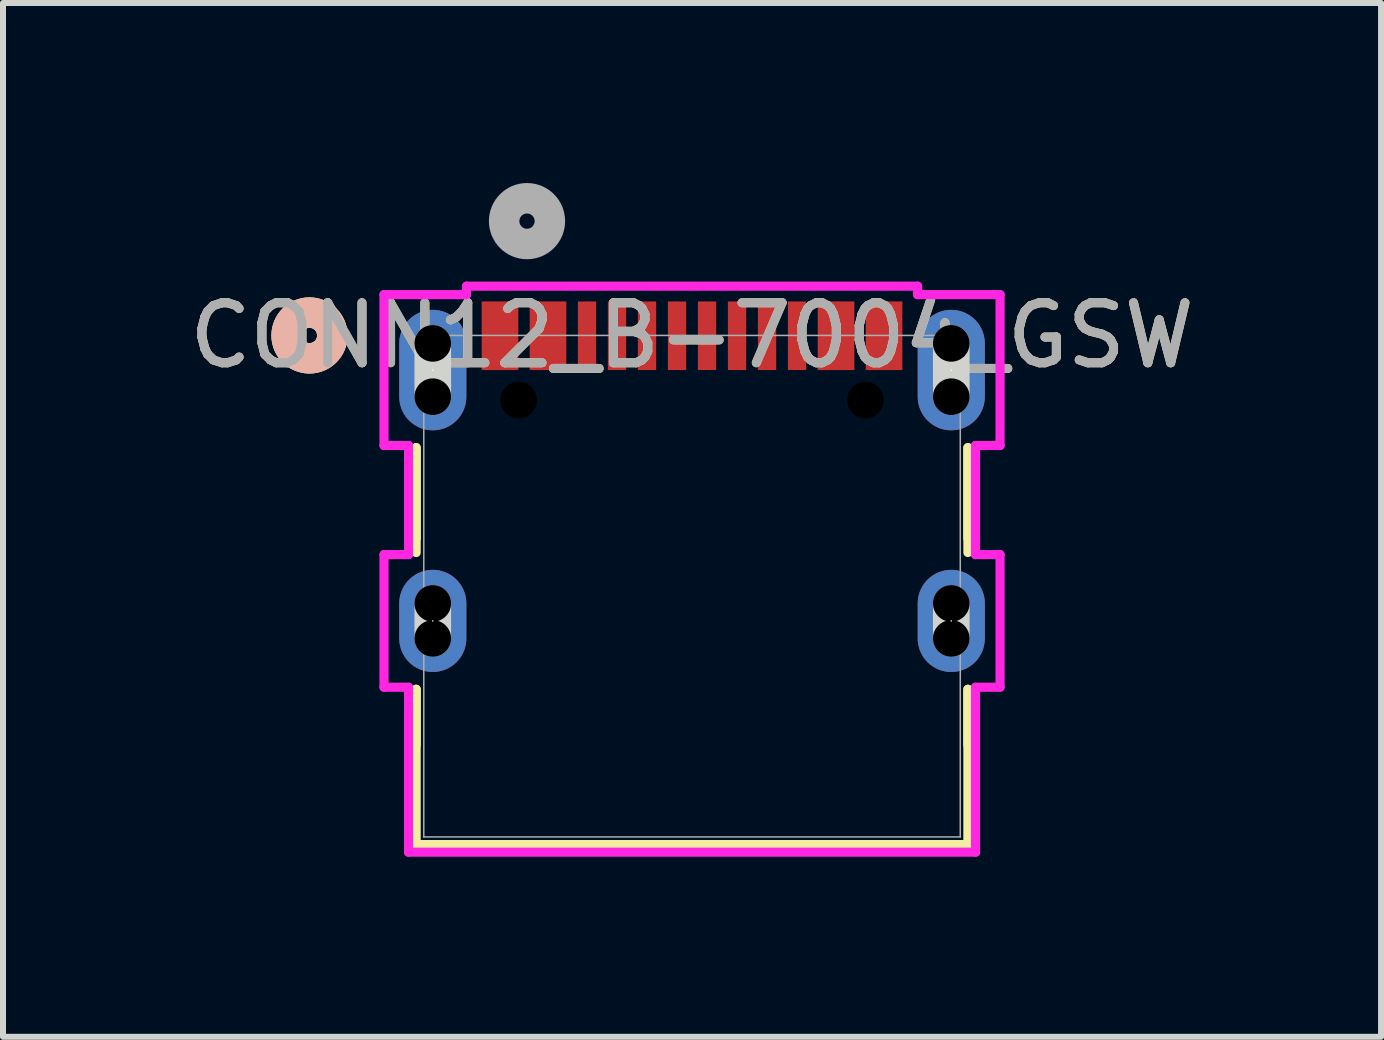
<source format=kicad_pcb>
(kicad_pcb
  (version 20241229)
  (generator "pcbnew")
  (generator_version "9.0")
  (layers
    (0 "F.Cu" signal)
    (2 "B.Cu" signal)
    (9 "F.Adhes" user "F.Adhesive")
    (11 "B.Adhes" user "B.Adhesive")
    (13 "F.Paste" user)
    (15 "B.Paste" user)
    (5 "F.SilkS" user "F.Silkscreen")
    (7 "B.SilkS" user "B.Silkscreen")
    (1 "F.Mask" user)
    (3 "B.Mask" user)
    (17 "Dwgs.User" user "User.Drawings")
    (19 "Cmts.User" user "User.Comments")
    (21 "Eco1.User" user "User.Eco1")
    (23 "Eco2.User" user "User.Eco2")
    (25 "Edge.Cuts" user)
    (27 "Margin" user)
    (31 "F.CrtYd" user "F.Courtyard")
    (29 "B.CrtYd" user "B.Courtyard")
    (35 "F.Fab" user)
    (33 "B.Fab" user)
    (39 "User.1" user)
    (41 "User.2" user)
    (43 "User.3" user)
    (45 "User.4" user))
  (footprint "CONN12_B-7004_GSW"
    (layer "F.Cu")
    (at 5.732 2.54)
    (property "Reference" "CONN12_B-7004_GSW" (at 2.75 0 0) (unlocked yes) (layer "F.SilkS") (effects (font (size 1 1) (thickness 0.15))))
    (attr smd)
    (fp_poly (pts (xy -0.755 -0.567) (xy -0.145 -0.567) (xy -0.145 0.577) (xy -0.755 0.577)) (stroke (width 0) (type solid)) (fill yes) (layer "F.Cu"))
    (fp_poly (pts (xy 0.045 -0.567) (xy 0.655 -0.567) (xy 0.655 0.577) (xy 0.045 0.577)) (stroke (width 0) (type solid)) (fill yes) (layer "F.Cu"))
    (fp_poly (pts (xy 4.845 0.577) (xy 4.845 -0.567) (xy 5.455 -0.567) (xy 5.455 0.577)) (stroke (width 0) (type solid)) (fill yes) (layer "F.Cu"))
    (fp_poly (pts (xy 5.645 -0.567) (xy 6.255 -0.567) (xy 6.255 0.577) (xy 5.645 0.577)) (stroke (width 0) (type solid)) (fill yes) (layer "F.Cu"))
    (fp_line (start -1.847 1.869) (end -1.847 3.386) (stroke (width 0.152) (type solid)) (layer "F.SilkS"))
    (fp_line (start -1.847 3.618) (end -1.847 1.869) (stroke (width 0.152) (type solid)) (layer "F.SilkS"))
    (fp_line (start -1.847 5.896) (end -1.847 6.826) (stroke (width 0.152) (type solid)) (layer "F.SilkS"))
    (fp_line (start -1.847 8.484) (end -1.847 5.896) (stroke (width 0.152) (type solid)) (layer "F.SilkS"))
    (fp_line (start -1.847 8.484) (end 7.347 8.484) (stroke (width 0.152) (type solid)) (layer "F.SilkS"))
    (fp_line (start 7.347 1.869) (end 7.347 3.617) (stroke (width 0.152) (type solid)) (layer "F.SilkS"))
    (fp_line (start 7.347 5.897) (end 7.347 8.484) (stroke (width 0.152) (type solid)) (layer "F.SilkS"))
    (fp_line (start 7.347 3.386) (end 7.347 1.869) (stroke (width 0.152) (type solid)) (layer "F.SilkS"))
    (fp_line (start 7.347 6.826) (end 7.347 5.896) (stroke (width 0.152) (type solid)) (layer "F.SilkS"))
    (fp_line (start 7.347 8.484) (end -1.847 8.484) (stroke (width 0.152) (type solid)) (layer "F.SilkS"))
    (fp_circle (center -3.625 0) (end -3.244 0) (stroke (width 0.508) (type solid)) (fill no) (layer "F.SilkS"))
    (fp_circle (center -3.625 0) (end -3.244 0) (stroke (width 0.508) (type solid)) (fill no) (layer "B.SilkS"))
    (fp_line (start -1.57 1.021) (end -1.57 0.132) (stroke (width 0.61) (type solid)) (layer "Edge.Cuts"))
    (fp_line (start -1.57 5.049) (end -1.57 4.465) (stroke (width 0.61) (type solid)) (layer "Edge.Cuts"))
    (fp_line (start 7.07 5.049) (end 7.07 4.465) (stroke (width 0.61) (type solid)) (layer "Edge.Cuts"))
    (fp_line (start 7.07 1.021) (end 7.07 0.132) (stroke (width 0.61) (type solid)) (layer "Edge.Cuts"))
    (fp_line (start -2.383 -0.68) (end -2.383 1.834) (stroke (width 0.152) (type solid)) (layer "F.CrtYd"))
    (fp_line (start -2.383 1.834) (end -1.974 1.834) (stroke (width 0.152) (type solid)) (layer "F.CrtYd"))
    (fp_line (start -2.383 3.652) (end -2.383 5.862) (stroke (width 0.152) (type solid)) (layer "F.CrtYd"))
    (fp_line (start -2.383 5.862) (end -1.974 5.862) (stroke (width 0.152) (type solid)) (layer "F.CrtYd"))
    (fp_line (start -1.974 1.834) (end -1.974 3.652) (stroke (width 0.152) (type solid)) (layer "F.CrtYd"))
    (fp_line (start -1.974 3.652) (end -2.383 3.652) (stroke (width 0.152) (type solid)) (layer "F.CrtYd"))
    (fp_line (start -1.974 5.862) (end -1.974 8.611) (stroke (width 0.152) (type solid)) (layer "F.CrtYd"))
    (fp_line (start -1.974 8.611) (end 7.474 8.611) (stroke (width 0.152) (type solid)) (layer "F.CrtYd"))
    (fp_line (start -1.009 -0.821) (end -1.009 -0.68) (stroke (width 0.152) (type solid)) (layer "F.CrtYd"))
    (fp_line (start -1.009 -0.68) (end -2.383 -0.68) (stroke (width 0.152) (type solid)) (layer "F.CrtYd"))
    (fp_line (start 6.509 -0.821) (end -1.009 -0.821) (stroke (width 0.152) (type solid)) (layer "F.CrtYd"))
    (fp_line (start 6.509 -0.68) (end 6.509 -0.821) (stroke (width 0.152) (type solid)) (layer "F.CrtYd"))
    (fp_line (start 7.474 1.834) (end 7.883 1.834) (stroke (width 0.152) (type solid)) (layer "F.CrtYd"))
    (fp_line (start 7.474 3.652) (end 7.474 1.834) (stroke (width 0.152) (type solid)) (layer "F.CrtYd"))
    (fp_line (start 7.474 5.862) (end 7.883 5.862) (stroke (width 0.152) (type solid)) (layer "F.CrtYd"))
    (fp_line (start 7.474 8.611) (end 7.474 5.862) (stroke (width 0.152) (type solid)) (layer "F.CrtYd"))
    (fp_line (start 7.883 3.652) (end 7.474 3.652) (stroke (width 0.152) (type solid)) (layer "F.CrtYd"))
    (fp_line (start 7.883 5.862) (end 7.883 3.652) (stroke (width 0.152) (type solid)) (layer "F.CrtYd"))
    (fp_line (start 7.883 -0.68) (end 6.509 -0.68) (stroke (width 0.152) (type solid)) (layer "F.CrtYd"))
    (fp_line (start 7.883 1.834) (end 7.883 -0.68) (stroke (width 0.152) (type solid)) (layer "F.CrtYd"))
    (fp_line (start -1.72 0) (end -1.72 8.357) (stroke (width 0.025) (type solid)) (layer "F.Fab"))
    (fp_line (start -1.72 8.357) (end 7.22 8.357) (stroke (width 0.025) (type solid)) (layer "F.Fab"))
    (fp_line (start 7.22 0) (end -1.72 0) (stroke (width 0.025) (type solid)) (layer "F.Fab"))
    (fp_line (start 7.22 8.357) (end 7.22 0) (stroke (width 0.025) (type solid)) (layer "F.Fab"))
    (fp_circle (center 0 -1.905) (end 0.381 -1.905) (stroke (width 0.508) (type solid)) (fill no) (layer "F.Fab"))
    (fp_text user "${REFERENCE}" (at 2.75 0 0) (unlocked yes) (layer "F.Fab") (effects (font (size 1 1) (thickness 0.15))))
    (pad "" np_thru_hole circle (at -1.57 0.132) (size 0.61 0.61) (drill 0.61) (layers))
    (pad "" np_thru_hole circle (at -1.57 1.021) (size 0.61 0.61) (drill 0.61) (layers))
    (pad "" np_thru_hole circle (at -1.57 4.465) (size 0.61 0.61) (drill 0.61) (layers))
    (pad "" np_thru_hole circle (at -1.57 5.049) (size 0.61 0.61) (drill 0.61) (layers))
    (pad "" np_thru_hole circle (at -0.14 1.077) (size 0.61 0.61) (drill 0.61) (layers))
    (pad "" np_thru_hole circle (at 5.64 1.077) (size 0.61 0.61) (drill 0.61) (layers))
    (pad "" np_thru_hole circle (at 7.07 4.465) (size 0.61 0.61) (drill 0.61) (layers))
    (pad "" np_thru_hole circle (at 7.07 5.049) (size 0.61 0.61) (drill 0.61) (layers))
    (pad "" np_thru_hole circle (at 7.07 0.132) (size 0.61 0.61) (drill 0.61) (layers))
    (pad "" np_thru_hole circle (at 7.07 1.021) (size 0.61 0.61) (drill 0.61) (layers))
    (pad "1" smd circle (at -0.628 0.005) (size 0.127 0.127) (layers "F.Cu" "F.Mask" "F.Paste"))
    (pad "2" smd circle (at 0.172 0.005) (size 0.127 0.127) (layers "F.Cu" "F.Mask" "F.Paste"))
    (pad "3" smd rect (at 1.5 0.005) (size 0.305 1.143) (layers "F.Cu" "F.Mask" "F.Paste"))
    (pad "4" smd rect (at 2.5 0.005) (size 0.305 1.143) (layers "F.Cu" "F.Mask" "F.Paste"))
    (pad "5" smd rect (at 3 0.005) (size 0.305 1.143) (layers "F.Cu" "F.Mask" "F.Paste"))
    (pad "6" smd rect (at 4 0.005) (size 0.305 1.143) (layers "F.Cu" "F.Mask" "F.Paste"))
    (pad "7" smd circle (at 5.328 0.005) (size 0.127 0.127) (layers "F.Cu" "F.Mask" "F.Paste"))
    (pad "8" smd circle (at 6.128 0.005) (size 0.127 0.127) (layers "F.Cu" "F.Mask" "F.Paste"))
    (pad "9" smd circle (at 5.772 0.005) (size 0.127 0.127) (layers "F.Cu" "F.Mask" "F.Paste"))
    (pad "10" smd circle (at 4.972 0.005) (size 0.127 0.127) (layers "F.Cu" "F.Mask" "F.Paste"))
    (pad "11" smd rect (at 4.5 0.005) (size 0.305 1.143) (layers "F.Cu" "F.Mask" "F.Paste"))
    (pad "12" smd rect (at 3.5 0.005) (size 0.305 1.143) (layers "F.Cu" "F.Mask" "F.Paste"))
    (pad "13" smd rect (at 2 0.005) (size 0.305 1.143) (layers "F.Cu" "F.Mask" "F.Paste"))
    (pad "14" smd rect (at 1 0.005) (size 0.305 1.143) (layers "F.Cu" "F.Mask" "F.Paste"))
    (pad "15" smd circle (at 0.528 0.005) (size 0.127 0.127) (layers "F.Cu" "F.Mask" "F.Paste"))
    (pad "16" smd circle (at -0.272 0.005) (size 0.127 0.127) (layers "F.Cu" "F.Mask" "F.Paste"))
    (pad "17" thru_hole oval (at -1.57 0.577 90) (size 2.007 1.118) (drill 0.025) (layers "*.Cu" "*.Mask"))
    (pad "18" thru_hole oval (at -1.57 4.757 90) (size 1.702 1.118) (drill 0.025) (layers "*.Cu" "*.Mask"))
    (pad "19" thru_hole oval (at 7.07 0.577 90) (size 2.007 1.118) (drill 0.025) (layers "*.Cu" "*.Mask"))
    (pad "20" thru_hole oval (at 7.07 4.757 90) (size 1.702 1.118) (drill 0.025) (layers "*.Cu" "*.Mask")))
  (gr_rect
    (start -3 -3)
    (end 19.964 14.227)
    (stroke (width 0.1) (type default))
    (fill no)
    (layer "Edge.Cuts")))
</source>
